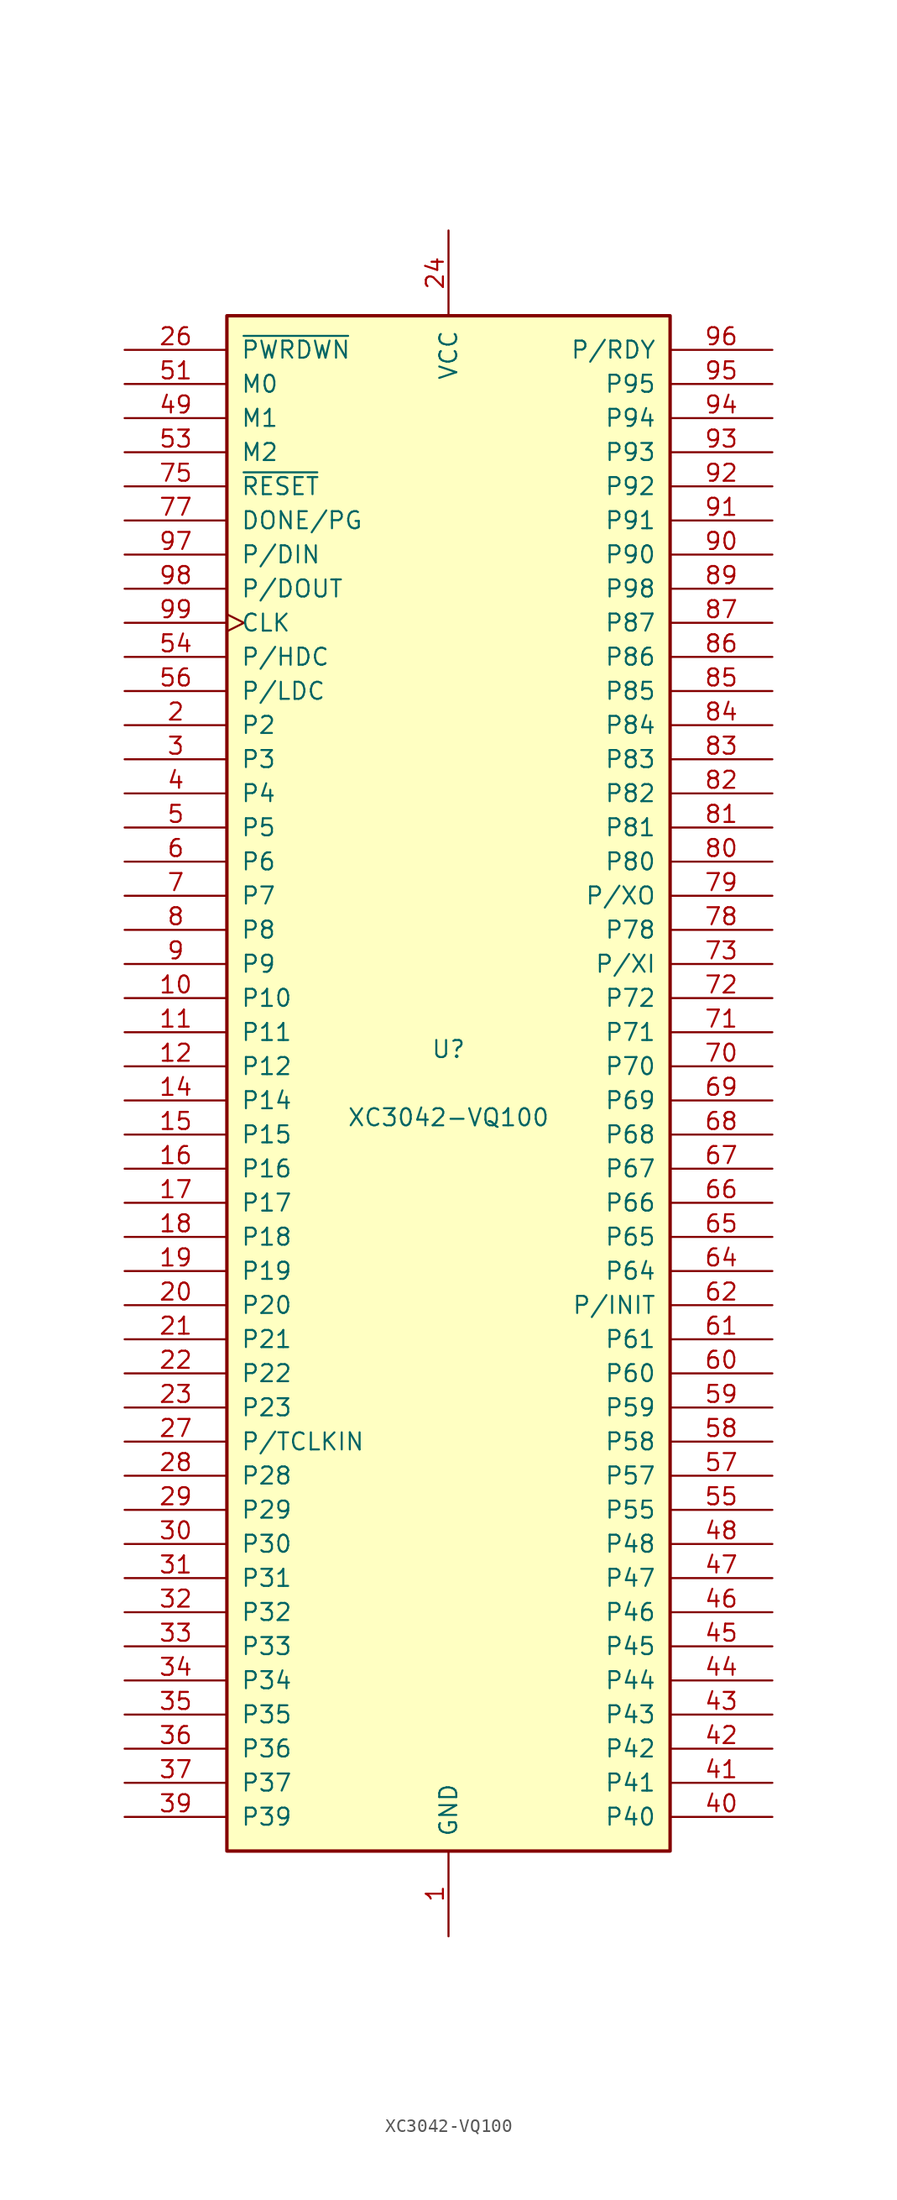
<source format=kicad_sym>
(kicad_symbol_lib
  (version 20241209)
  (generator "kicad_symbol_editor")
  (generator_version "9.0")
  (symbol "XC3042-VQ100"
    (pin_names
      (offset 1.016))
    (property "Reference" "U"
      (at 0 2.54 0)
      (effects (font (size 1.27 1.27))))
    (property "Value" "XC3042-VQ100"
      (at 0 -2.54 0)
      (effects (font (size 1.27 1.27))))
    (symbol "XC3042-VQ100_0_1"
      (rectangle (start -16.51 -57.15) (end 16.51 57.15) (stroke (width 0.254) (type default)) (fill (type background))))
    (symbol "XC3042-VQ100_1_1"
      (pin input line (at -24.13 54.61 0) (length 7.62) (name "~{PWRDWN}" (effects (font (size 1.27 1.27)))) (number "26" (effects (font (size 1.27 1.27)))))
      (pin input line (at -24.13 52.07 0) (length 7.62) (name "M0" (effects (font (size 1.27 1.27)))) (number "51" (effects (font (size 1.27 1.27)))))
      (pin input line (at -24.13 49.53 0) (length 7.62) (name "M1" (effects (font (size 1.27 1.27)))) (number "49" (effects (font (size 1.27 1.27)))))
      (pin passive line (at -24.13 46.99 0) (length 7.62) (name "M2" (effects (font (size 1.27 1.27)))) (number "53" (effects (font (size 1.27 1.27)))))
      (pin input line (at -24.13 44.45 0) (length 7.62) (name "~{RESET}" (effects (font (size 1.27 1.27)))) (number "75" (effects (font (size 1.27 1.27)))))
      (pin open_collector line (at -24.13 41.91 0) (length 7.62) (name "DONE/PG" (effects (font (size 1.27 1.27)))) (number "77" (effects (font (size 1.27 1.27)))))
      (pin passive line (at -24.13 39.37 0) (length 7.62) (name "P/DIN" (effects (font (size 1.27 1.27)))) (number "97" (effects (font (size 1.27 1.27)))))
      (pin passive line (at -24.13 36.83 0) (length 7.62) (name "P/DOUT" (effects (font (size 1.27 1.27)))) (number "98" (effects (font (size 1.27 1.27)))))
      (pin bidirectional clock (at -24.13 34.29 0) (length 7.62) (name "CLK" (effects (font (size 1.27 1.27)))) (number "99" (effects (font (size 1.27 1.27)))))
      (pin passive line (at -24.13 31.75 0) (length 7.62) (name "P/HDC" (effects (font (size 1.27 1.27)))) (number "54" (effects (font (size 1.27 1.27)))))
      (pin passive line (at -24.13 29.21 0) (length 7.62) (name "P/LDC" (effects (font (size 1.27 1.27)))) (number "56" (effects (font (size 1.27 1.27)))))
      (pin passive line (at -24.13 26.67 0) (length 7.62) (name "P2" (effects (font (size 1.27 1.27)))) (number "2" (effects (font (size 1.27 1.27)))))
      (pin passive line (at -24.13 24.13 0) (length 7.62) (name "P3" (effects (font (size 1.27 1.27)))) (number "3" (effects (font (size 1.27 1.27)))))
      (pin passive line (at -24.13 21.59 0) (length 7.62) (name "P4" (effects (font (size 1.27 1.27)))) (number "4" (effects (font (size 1.27 1.27)))))
      (pin passive line (at -24.13 19.05 0) (length 7.62) (name "P5" (effects (font (size 1.27 1.27)))) (number "5" (effects (font (size 1.27 1.27)))))
      (pin passive line (at -24.13 16.51 0) (length 7.62) (name "P6" (effects (font (size 1.27 1.27)))) (number "6" (effects (font (size 1.27 1.27)))))
      (pin passive line (at -24.13 13.97 0) (length 7.62) (name "P7" (effects (font (size 1.27 1.27)))) (number "7" (effects (font (size 1.27 1.27)))))
      (pin passive line (at -24.13 11.43 0) (length 7.62) (name "P8" (effects (font (size 1.27 1.27)))) (number "8" (effects (font (size 1.27 1.27)))))
      (pin passive line (at -24.13 8.89 0) (length 7.62) (name "P9" (effects (font (size 1.27 1.27)))) (number "9" (effects (font (size 1.27 1.27)))))
      (pin passive line (at -24.13 6.35 0) (length 7.62) (name "P10" (effects (font (size 1.27 1.27)))) (number "10" (effects (font (size 1.27 1.27)))))
      (pin passive line (at -24.13 3.81 0) (length 7.62) (name "P11" (effects (font (size 1.27 1.27)))) (number "11" (effects (font (size 1.27 1.27)))))
      (pin passive line (at -24.13 1.27 0) (length 7.62) (name "P12" (effects (font (size 1.27 1.27)))) (number "12" (effects (font (size 1.27 1.27)))))
      (pin passive line (at -24.13 -1.27 0) (length 7.62) (name "P14" (effects (font (size 1.27 1.27)))) (number "14" (effects (font (size 1.27 1.27)))))
      (pin passive line (at -24.13 -3.81 0) (length 7.62) (name "P15" (effects (font (size 1.27 1.27)))) (number "15" (effects (font (size 1.27 1.27)))))
      (pin passive line (at -24.13 -6.35 0) (length 7.62) (name "P16" (effects (font (size 1.27 1.27)))) (number "16" (effects (font (size 1.27 1.27)))))
      (pin passive line (at -24.13 -8.89 0) (length 7.62) (name "P17" (effects (font (size 1.27 1.27)))) (number "17" (effects (font (size 1.27 1.27)))))
      (pin passive line (at -24.13 -11.43 0) (length 7.62) (name "P18" (effects (font (size 1.27 1.27)))) (number "18" (effects (font (size 1.27 1.27)))))
      (pin passive line (at -24.13 -13.97 0) (length 7.62) (name "P19" (effects (font (size 1.27 1.27)))) (number "19" (effects (font (size 1.27 1.27)))))
      (pin passive line (at -24.13 -16.51 0) (length 7.62) (name "P20" (effects (font (size 1.27 1.27)))) (number "20" (effects (font (size 1.27 1.27)))))
      (pin passive line (at -24.13 -19.05 0) (length 7.62) (name "P21" (effects (font (size 1.27 1.27)))) (number "21" (effects (font (size 1.27 1.27)))))
      (pin passive line (at -24.13 -21.59 0) (length 7.62) (name "P22" (effects (font (size 1.27 1.27)))) (number "22" (effects (font (size 1.27 1.27)))))
      (pin passive line (at -24.13 -24.13 0) (length 7.62) (name "P23" (effects (font (size 1.27 1.27)))) (number "23" (effects (font (size 1.27 1.27)))))
      (pin passive line (at -24.13 -26.67 0) (length 7.62) (name "P/TCLKIN" (effects (font (size 1.27 1.27)))) (number "27" (effects (font (size 1.27 1.27)))))
      (pin passive line (at -24.13 -29.21 0) (length 7.62) (name "P28" (effects (font (size 1.27 1.27)))) (number "28" (effects (font (size 1.27 1.27)))))
      (pin passive line (at -24.13 -31.75 0) (length 7.62) (name "P29" (effects (font (size 1.27 1.27)))) (number "29" (effects (font (size 1.27 1.27)))))
      (pin passive line (at -24.13 -34.29 0) (length 7.62) (name "P30" (effects (font (size 1.27 1.27)))) (number "30" (effects (font (size 1.27 1.27)))))
      (pin passive line (at -24.13 -36.83 0) (length 7.62) (name "P31" (effects (font (size 1.27 1.27)))) (number "31" (effects (font (size 1.27 1.27)))))
      (pin passive line (at -24.13 -39.37 0) (length 7.62) (name "P32" (effects (font (size 1.27 1.27)))) (number "32" (effects (font (size 1.27 1.27)))))
      (pin passive line (at -24.13 -41.91 0) (length 7.62) (name "P33" (effects (font (size 1.27 1.27)))) (number "33" (effects (font (size 1.27 1.27)))))
      (pin passive line (at -24.13 -44.45 0) (length 7.62) (name "P34" (effects (font (size 1.27 1.27)))) (number "34" (effects (font (size 1.27 1.27)))))
      (pin passive line (at -24.13 -46.99 0) (length 7.62) (name "P35" (effects (font (size 1.27 1.27)))) (number "35" (effects (font (size 1.27 1.27)))))
      (pin passive line (at -24.13 -49.53 0) (length 7.62) (name "P36" (effects (font (size 1.27 1.27)))) (number "36" (effects (font (size 1.27 1.27)))))
      (pin passive line (at -24.13 -52.07 0) (length 7.62) (name "P37" (effects (font (size 1.27 1.27)))) (number "37" (effects (font (size 1.27 1.27)))))
      (pin passive line (at -24.13 -54.61 0) (length 7.62) (name "P39" (effects (font (size 1.27 1.27)))) (number "39" (effects (font (size 1.27 1.27)))))
      (pin passive line (at 0 63.5 270) (length 6.35) (hide yes) (name "VCC" (effects (font (size 1.27 1.27)))) (number "100" (effects (font (size 1.27 1.27)))))
      (pin power_in line (at 0 63.5 270) (length 6.35) (name "VCC" (effects (font (size 1.27 1.27)))) (number "24" (effects (font (size 1.27 1.27)))))
      (pin passive line (at 0 63.5 270) (length 6.35) (hide yes) (name "VCC" (effects (font (size 1.27 1.27)))) (number "38" (effects (font (size 1.27 1.27)))))
      (pin passive line (at 0 63.5 270) (length 6.35) (hide yes) (name "VCC" (effects (font (size 1.27 1.27)))) (number "52" (effects (font (size 1.27 1.27)))))
      (pin passive line (at 0 63.5 270) (length 6.35) (hide yes) (name "VCC" (effects (font (size 1.27 1.27)))) (number "76" (effects (font (size 1.27 1.27)))))
      (pin passive line (at 0 63.5 270) (length 6.35) (hide yes) (name "VCC" (effects (font (size 1.27 1.27)))) (number "88" (effects (font (size 1.27 1.27)))))
      (pin power_in line (at 0 -63.5 90) (length 6.35) (name "GND" (effects (font (size 1.27 1.27)))) (number "1" (effects (font (size 1.27 1.27)))))
      (pin passive line (at 0 -63.5 90) (length 6.35) (hide yes) (name "GND" (effects (font (size 1.27 1.27)))) (number "13" (effects (font (size 1.27 1.27)))))
      (pin passive line (at 0 -63.5 90) (length 6.35) (hide yes) (name "GND" (effects (font (size 1.27 1.27)))) (number "25" (effects (font (size 1.27 1.27)))))
      (pin passive line (at 0 -63.5 90) (length 6.35) (hide yes) (name "GND" (effects (font (size 1.27 1.27)))) (number "50" (effects (font (size 1.27 1.27)))))
      (pin passive line (at 0 -63.5 90) (length 6.35) (hide yes) (name "GND" (effects (font (size 1.27 1.27)))) (number "63" (effects (font (size 1.27 1.27)))))
      (pin passive line (at 0 -63.5 90) (length 6.35) (hide yes) (name "GND" (effects (font (size 1.27 1.27)))) (number "74" (effects (font (size 1.27 1.27)))))
      (pin passive line (at 24.13 54.61 180) (length 7.62) (name "P/RDY" (effects (font (size 1.27 1.27)))) (number "96" (effects (font (size 1.27 1.27)))))
      (pin passive line (at 24.13 52.07 180) (length 7.62) (name "P95" (effects (font (size 1.27 1.27)))) (number "95" (effects (font (size 1.27 1.27)))))
      (pin passive line (at 24.13 49.53 180) (length 7.62) (name "P94" (effects (font (size 1.27 1.27)))) (number "94" (effects (font (size 1.27 1.27)))))
      (pin passive line (at 24.13 46.99 180) (length 7.62) (name "P93" (effects (font (size 1.27 1.27)))) (number "93" (effects (font (size 1.27 1.27)))))
      (pin passive line (at 24.13 44.45 180) (length 7.62) (name "P92" (effects (font (size 1.27 1.27)))) (number "92" (effects (font (size 1.27 1.27)))))
      (pin passive line (at 24.13 41.91 180) (length 7.62) (name "P91" (effects (font (size 1.27 1.27)))) (number "91" (effects (font (size 1.27 1.27)))))
      (pin passive line (at 24.13 39.37 180) (length 7.62) (name "P90" (effects (font (size 1.27 1.27)))) (number "90" (effects (font (size 1.27 1.27)))))
      (pin passive line (at 24.13 36.83 180) (length 7.62) (name "P98" (effects (font (size 1.27 1.27)))) (number "89" (effects (font (size 1.27 1.27)))))
      (pin passive line (at 24.13 34.29 180) (length 7.62) (name "P87" (effects (font (size 1.27 1.27)))) (number "87" (effects (font (size 1.27 1.27)))))
      (pin passive line (at 24.13 31.75 180) (length 7.62) (name "P86" (effects (font (size 1.27 1.27)))) (number "86" (effects (font (size 1.27 1.27)))))
      (pin passive line (at 24.13 29.21 180) (length 7.62) (name "P85" (effects (font (size 1.27 1.27)))) (number "85" (effects (font (size 1.27 1.27)))))
      (pin passive line (at 24.13 26.67 180) (length 7.62) (name "P84" (effects (font (size 1.27 1.27)))) (number "84" (effects (font (size 1.27 1.27)))))
      (pin passive line (at 24.13 24.13 180) (length 7.62) (name "P83" (effects (font (size 1.27 1.27)))) (number "83" (effects (font (size 1.27 1.27)))))
      (pin passive line (at 24.13 21.59 180) (length 7.62) (name "P82" (effects (font (size 1.27 1.27)))) (number "82" (effects (font (size 1.27 1.27)))))
      (pin passive line (at 24.13 19.05 180) (length 7.62) (name "P81" (effects (font (size 1.27 1.27)))) (number "81" (effects (font (size 1.27 1.27)))))
      (pin passive line (at 24.13 16.51 180) (length 7.62) (name "P80" (effects (font (size 1.27 1.27)))) (number "80" (effects (font (size 1.27 1.27)))))
      (pin passive line (at 24.13 13.97 180) (length 7.62) (name "P/XO" (effects (font (size 1.27 1.27)))) (number "79" (effects (font (size 1.27 1.27)))))
      (pin passive line (at 24.13 11.43 180) (length 7.62) (name "P78" (effects (font (size 1.27 1.27)))) (number "78" (effects (font (size 1.27 1.27)))))
      (pin passive line (at 24.13 8.89 180) (length 7.62) (name "P/XI" (effects (font (size 1.27 1.27)))) (number "73" (effects (font (size 1.27 1.27)))))
      (pin passive line (at 24.13 6.35 180) (length 7.62) (name "P72" (effects (font (size 1.27 1.27)))) (number "72" (effects (font (size 1.27 1.27)))))
      (pin passive line (at 24.13 3.81 180) (length 7.62) (name "P71" (effects (font (size 1.27 1.27)))) (number "71" (effects (font (size 1.27 1.27)))))
      (pin passive line (at 24.13 1.27 180) (length 7.62) (name "P70" (effects (font (size 1.27 1.27)))) (number "70" (effects (font (size 1.27 1.27)))))
      (pin passive line (at 24.13 -1.27 180) (length 7.62) (name "P69" (effects (font (size 1.27 1.27)))) (number "69" (effects (font (size 1.27 1.27)))))
      (pin passive line (at 24.13 -3.81 180) (length 7.62) (name "P68" (effects (font (size 1.27 1.27)))) (number "68" (effects (font (size 1.27 1.27)))))
      (pin passive line (at 24.13 -6.35 180) (length 7.62) (name "P67" (effects (font (size 1.27 1.27)))) (number "67" (effects (font (size 1.27 1.27)))))
      (pin passive line (at 24.13 -8.89 180) (length 7.62) (name "P66" (effects (font (size 1.27 1.27)))) (number "66" (effects (font (size 1.27 1.27)))))
      (pin passive line (at 24.13 -11.43 180) (length 7.62) (name "P65" (effects (font (size 1.27 1.27)))) (number "65" (effects (font (size 1.27 1.27)))))
      (pin passive line (at 24.13 -13.97 180) (length 7.62) (name "P64" (effects (font (size 1.27 1.27)))) (number "64" (effects (font (size 1.27 1.27)))))
      (pin passive line (at 24.13 -16.51 180) (length 7.62) (name "P/INIT" (effects (font (size 1.27 1.27)))) (number "62" (effects (font (size 1.27 1.27)))))
      (pin passive line (at 24.13 -19.05 180) (length 7.62) (name "P61" (effects (font (size 1.27 1.27)))) (number "61" (effects (font (size 1.27 1.27)))))
      (pin passive line (at 24.13 -21.59 180) (length 7.62) (name "P60" (effects (font (size 1.27 1.27)))) (number "60" (effects (font (size 1.27 1.27)))))
      (pin passive line (at 24.13 -24.13 180) (length 7.62) (name "P59" (effects (font (size 1.27 1.27)))) (number "59" (effects (font (size 1.27 1.27)))))
      (pin passive line (at 24.13 -26.67 180) (length 7.62) (name "P58" (effects (font (size 1.27 1.27)))) (number "58" (effects (font (size 1.27 1.27)))))
      (pin passive line (at 24.13 -29.21 180) (length 7.62) (name "P57" (effects (font (size 1.27 1.27)))) (number "57" (effects (font (size 1.27 1.27)))))
      (pin passive line (at 24.13 -31.75 180) (length 7.62) (name "P55" (effects (font (size 1.27 1.27)))) (number "55" (effects (font (size 1.27 1.27)))))
      (pin passive line (at 24.13 -34.29 180) (length 7.62) (name "P48" (effects (font (size 1.27 1.27)))) (number "48" (effects (font (size 1.27 1.27)))))
      (pin passive line (at 24.13 -36.83 180) (length 7.62) (name "P47" (effects (font (size 1.27 1.27)))) (number "47" (effects (font (size 1.27 1.27)))))
      (pin passive line (at 24.13 -39.37 180) (length 7.62) (name "P46" (effects (font (size 1.27 1.27)))) (number "46" (effects (font (size 1.27 1.27)))))
      (pin passive line (at 24.13 -41.91 180) (length 7.62) (name "P45" (effects (font (size 1.27 1.27)))) (number "45" (effects (font (size 1.27 1.27)))))
      (pin passive line (at 24.13 -44.45 180) (length 7.62) (name "P44" (effects (font (size 1.27 1.27)))) (number "44" (effects (font (size 1.27 1.27)))))
      (pin passive line (at 24.13 -46.99 180) (length 7.62) (name "P43" (effects (font (size 1.27 1.27)))) (number "43" (effects (font (size 1.27 1.27)))))
      (pin passive line (at 24.13 -49.53 180) (length 7.62) (name "P42" (effects (font (size 1.27 1.27)))) (number "42" (effects (font (size 1.27 1.27)))))
      (pin passive line (at 24.13 -52.07 180) (length 7.62) (name "P41" (effects (font (size 1.27 1.27)))) (number "41" (effects (font (size 1.27 1.27)))))
      (pin passive line (at 24.13 -54.61 180) (length 7.62) (name "P40" (effects (font (size 1.27 1.27)))) (number "40" (effects (font (size 1.27 1.27))))))))
</source>
